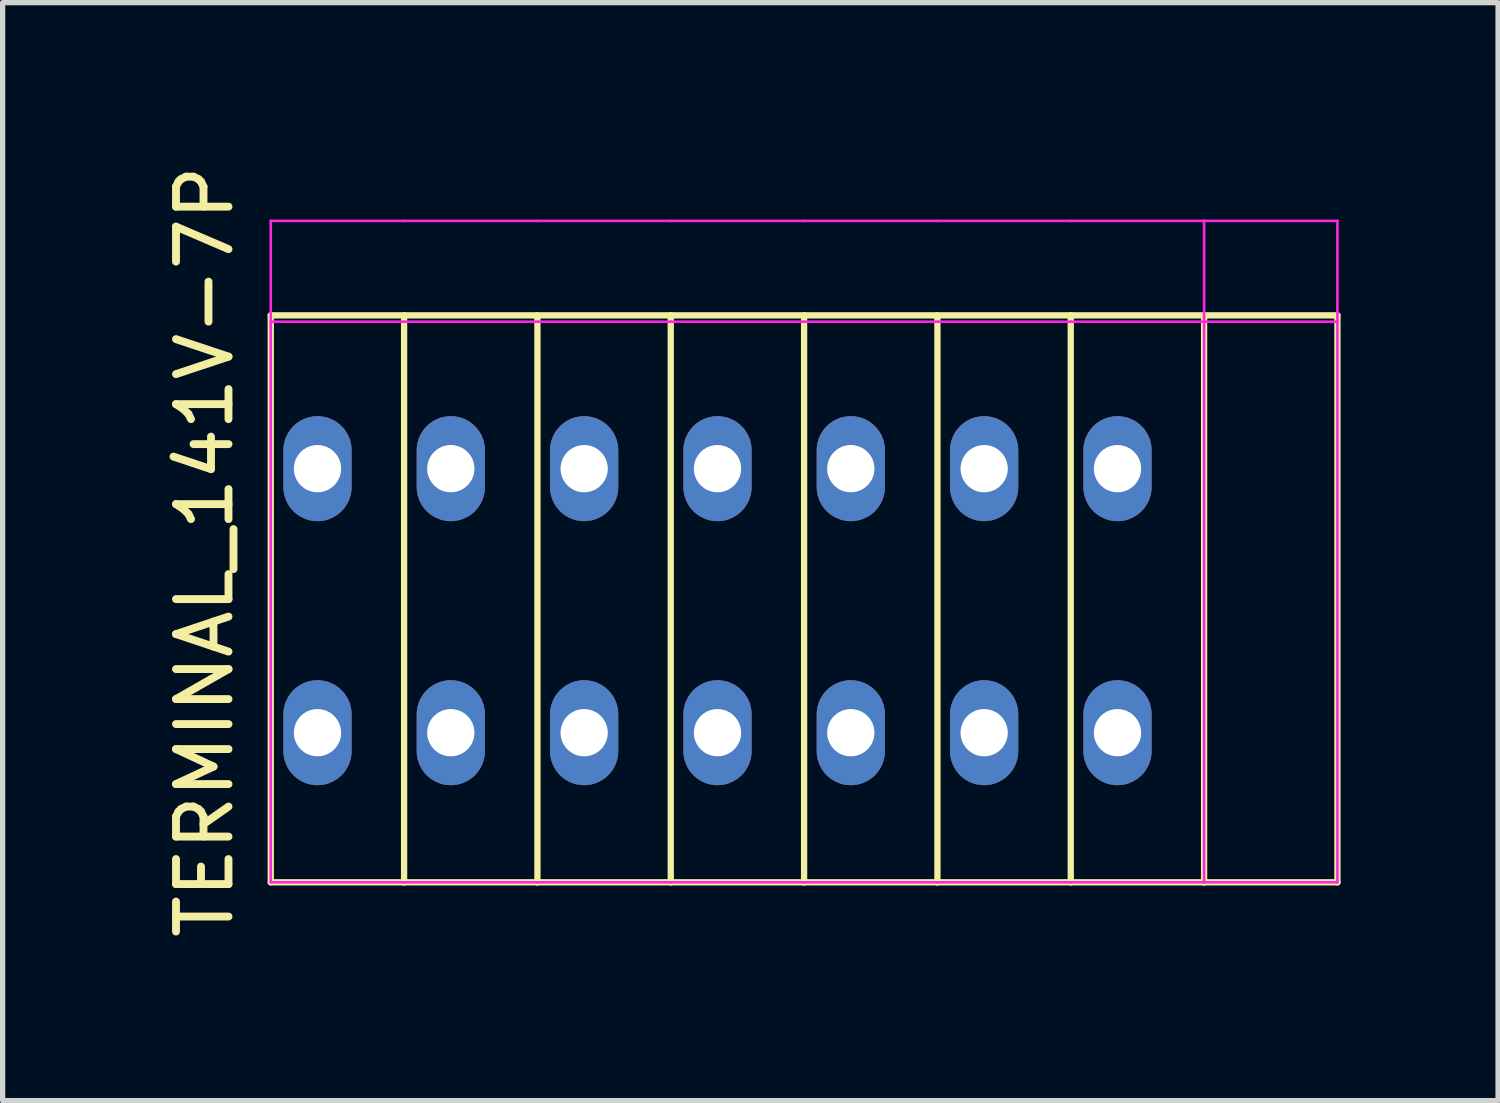
<source format=kicad_pcb>
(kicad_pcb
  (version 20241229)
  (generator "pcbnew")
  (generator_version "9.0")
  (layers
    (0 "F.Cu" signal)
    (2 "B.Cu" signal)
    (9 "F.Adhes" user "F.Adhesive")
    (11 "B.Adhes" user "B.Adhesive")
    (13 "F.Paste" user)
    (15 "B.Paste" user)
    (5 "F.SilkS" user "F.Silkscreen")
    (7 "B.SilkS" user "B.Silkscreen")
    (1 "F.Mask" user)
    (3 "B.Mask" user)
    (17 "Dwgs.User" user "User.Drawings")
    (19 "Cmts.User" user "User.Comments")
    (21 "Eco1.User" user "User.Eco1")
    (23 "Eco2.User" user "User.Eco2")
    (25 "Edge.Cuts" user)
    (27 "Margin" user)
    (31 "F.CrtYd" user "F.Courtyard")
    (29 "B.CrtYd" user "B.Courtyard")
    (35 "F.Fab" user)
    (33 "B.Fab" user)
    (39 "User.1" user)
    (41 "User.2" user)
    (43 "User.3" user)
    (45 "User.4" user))
  (footprint "TERMINAL_141V-7P"
    (layer "F.Cu")
    (at 2.998 10.958)
    (property "Reference" "TERMINAL_141V-7P" (at -2.15 -3.5 90) (layer "F.SilkS") (effects (font (size 1 1) (thickness 0.15))))
    (attr through_hole)
    (fp_line (start -0.89 -8) (end 1.65 -8) (stroke (width 0.12) (type solid)) (layer "F.SilkS"))
    (fp_line (start -0.89 2.8) (end -0.89 -8) (stroke (width 0.12) (type solid)) (layer "F.SilkS"))
    (fp_line (start -0.89 2.8) (end 1.65 2.8) (stroke (width 0.12) (type solid)) (layer "F.SilkS"))
    (fp_line (start 1.65 -8) (end 4.19 -8) (stroke (width 0.12) (type solid)) (layer "F.SilkS"))
    (fp_line (start 1.65 2.8) (end 1.65 -8) (stroke (width 0.12) (type solid)) (layer "F.SilkS"))
    (fp_line (start 1.65 2.8) (end 4.19 2.8) (stroke (width 0.12) (type solid)) (layer "F.SilkS"))
    (fp_line (start 4.19 -8) (end 6.73 -8) (stroke (width 0.12) (type solid)) (layer "F.SilkS"))
    (fp_line (start 4.19 2.8) (end 4.19 -8) (stroke (width 0.12) (type solid)) (layer "F.SilkS"))
    (fp_line (start 4.19 2.8) (end 6.73 2.8) (stroke (width 0.12) (type solid)) (layer "F.SilkS"))
    (fp_line (start 6.73 -8) (end 9.27 -8) (stroke (width 0.12) (type solid)) (layer "F.SilkS"))
    (fp_line (start 6.73 2.8) (end 6.73 -8) (stroke (width 0.12) (type solid)) (layer "F.SilkS"))
    (fp_line (start 6.73 2.8) (end 9.27 2.8) (stroke (width 0.12) (type solid)) (layer "F.SilkS"))
    (fp_line (start 9.27 -8) (end 11.81 -8) (stroke (width 0.12) (type solid)) (layer "F.SilkS"))
    (fp_line (start 9.27 2.8) (end 9.27 -8) (stroke (width 0.12) (type solid)) (layer "F.SilkS"))
    (fp_line (start 9.27 2.8) (end 11.81 2.8) (stroke (width 0.12) (type solid)) (layer "F.SilkS"))
    (fp_line (start 11.81 -8) (end 14.35 -8) (stroke (width 0.12) (type solid)) (layer "F.SilkS"))
    (fp_line (start 11.81 2.8) (end 11.81 -8) (stroke (width 0.12) (type solid)) (layer "F.SilkS"))
    (fp_line (start 11.81 2.8) (end 14.35 2.8) (stroke (width 0.12) (type solid)) (layer "F.SilkS"))
    (fp_line (start 14.35 -8) (end 16.89 -8) (stroke (width 0.12) (type solid)) (layer "F.SilkS"))
    (fp_line (start 14.35 2.8) (end 14.35 -8) (stroke (width 0.12) (type solid)) (layer "F.SilkS"))
    (fp_line (start 14.35 2.8) (end 16.89 2.8) (stroke (width 0.12) (type solid)) (layer "F.SilkS"))
    (fp_line (start 16.89 -8) (end 19.43 -8) (stroke (width 0.12) (type solid)) (layer "F.SilkS"))
    (fp_line (start 16.89 2.8) (end 16.89 -8) (stroke (width 0.12) (type solid)) (layer "F.SilkS"))
    (fp_line (start 16.89 2.8) (end 19.43 2.8) (stroke (width 0.12) (type solid)) (layer "F.SilkS"))
    (fp_line (start 19.43 2.8) (end 19.43 -8) (stroke (width 0.12) (type solid)) (layer "F.SilkS"))
    (fp_line (start -0.89 -9.8) (end 1.65 -9.8) (stroke (width 0.05) (type solid)) (layer "F.CrtYd"))
    (fp_line (start -0.89 -7.88) (end 1.65 -7.88) (stroke (width 0.05) (type solid)) (layer "F.CrtYd"))
    (fp_line (start -0.89 2.8) (end -0.89 -9.8) (stroke (width 0.05) (type solid)) (layer "F.CrtYd"))
    (fp_line (start -0.89 2.8) (end 1.65 2.8) (stroke (width 0.05) (type solid)) (layer "F.CrtYd"))
    (fp_line (start 1.65 -9.8) (end 4.19 -9.8) (stroke (width 0.05) (type solid)) (layer "F.CrtYd"))
    (fp_line (start 1.65 -7.88) (end 4.19 -7.88) (stroke (width 0.05) (type solid)) (layer "F.CrtYd"))
    (fp_line (start 1.65 2.8) (end 4.19 2.8) (stroke (width 0.05) (type solid)) (layer "F.CrtYd"))
    (fp_line (start 4.19 -9.8) (end 6.73 -9.8) (stroke (width 0.05) (type solid)) (layer "F.CrtYd"))
    (fp_line (start 4.19 -7.88) (end 6.73 -7.88) (stroke (width 0.05) (type solid)) (layer "F.CrtYd"))
    (fp_line (start 4.19 2.8) (end 6.73 2.8) (stroke (width 0.05) (type solid)) (layer "F.CrtYd"))
    (fp_line (start 6.73 -9.8) (end 9.27 -9.8) (stroke (width 0.05) (type solid)) (layer "F.CrtYd"))
    (fp_line (start 6.73 -7.88) (end 9.27 -7.88) (stroke (width 0.05) (type solid)) (layer "F.CrtYd"))
    (fp_line (start 6.73 2.8) (end 9.27 2.8) (stroke (width 0.05) (type solid)) (layer "F.CrtYd"))
    (fp_line (start 9.27 -9.8) (end 11.81 -9.8) (stroke (width 0.05) (type solid)) (layer "F.CrtYd"))
    (fp_line (start 9.27 -7.88) (end 11.81 -7.88) (stroke (width 0.05) (type solid)) (layer "F.CrtYd"))
    (fp_line (start 9.27 2.8) (end 11.81 2.8) (stroke (width 0.05) (type solid)) (layer "F.CrtYd"))
    (fp_line (start 11.81 -9.8) (end 14.35 -9.8) (stroke (width 0.05) (type solid)) (layer "F.CrtYd"))
    (fp_line (start 11.81 -7.88) (end 14.35 -7.88) (stroke (width 0.05) (type solid)) (layer "F.CrtYd"))
    (fp_line (start 11.81 2.8) (end 14.35 2.8) (stroke (width 0.05) (type solid)) (layer "F.CrtYd"))
    (fp_line (start 14.35 -9.8) (end 16.89 -9.8) (stroke (width 0.05) (type solid)) (layer "F.CrtYd"))
    (fp_line (start 14.35 -7.88) (end 16.89 -7.88) (stroke (width 0.05) (type solid)) (layer "F.CrtYd"))
    (fp_line (start 14.35 2.8) (end 16.89 2.8) (stroke (width 0.05) (type solid)) (layer "F.CrtYd"))
    (fp_line (start 16.89 -9.8) (end 19.43 -9.8) (stroke (width 0.05) (type solid)) (layer "F.CrtYd"))
    (fp_line (start 16.89 -7.88) (end 19.43 -7.88) (stroke (width 0.05) (type solid)) (layer "F.CrtYd"))
    (fp_line (start 16.89 2.8) (end 16.89 -9.8) (stroke (width 0.05) (type solid)) (layer "F.CrtYd"))
    (fp_line (start 16.89 2.8) (end 19.43 2.8) (stroke (width 0.05) (type solid)) (layer "F.CrtYd"))
    (fp_line (start 19.43 2.8) (end 19.43 -9.8) (stroke (width 0.05) (type solid)) (layer "F.CrtYd"))
    (pad "1A" thru_hole oval (at 0 -0.05) (size 1.3 2) (drill 0.9) (layers "*.Cu" "*.Mask"))
    (pad "1B" thru_hole oval (at 0 -5.08) (size 1.3 2) (drill 0.9) (layers "*.Cu" "*.Mask"))
    (pad "2A" thru_hole oval (at 2.54 -0.05) (size 1.3 2) (drill 0.9) (layers "*.Cu" "*.Mask"))
    (pad "2B" thru_hole oval (at 2.54 -5.08) (size 1.3 2) (drill 0.9) (layers "*.Cu" "*.Mask"))
    (pad "3A" thru_hole oval (at 5.08 -0.05) (size 1.3 2) (drill 0.9) (layers "*.Cu" "*.Mask"))
    (pad "3B" thru_hole oval (at 5.08 -5.08) (size 1.3 2) (drill 0.9) (layers "*.Cu" "*.Mask"))
    (pad "4A" thru_hole oval (at 7.62 -0.05) (size 1.3 2) (drill 0.9) (layers "*.Cu" "*.Mask"))
    (pad "4B" thru_hole oval (at 7.62 -5.08) (size 1.3 2) (drill 0.9) (layers "*.Cu" "*.Mask"))
    (pad "5A" thru_hole oval (at 10.16 -0.05) (size 1.3 2) (drill 0.9) (layers "*.Cu" "*.Mask"))
    (pad "5B" thru_hole oval (at 10.16 -5.08) (size 1.3 2) (drill 0.9) (layers "*.Cu" "*.Mask"))
    (pad "6A" thru_hole oval (at 12.7 -0.05) (size 1.3 2) (drill 0.9) (layers "*.Cu" "*.Mask"))
    (pad "6B" thru_hole oval (at 12.7 -5.08) (size 1.3 2) (drill 0.9) (layers "*.Cu" "*.Mask"))
    (pad "7A" thru_hole oval (at 15.24 -0.05) (size 1.3 2) (drill 0.9) (layers "*.Cu" "*.Mask"))
    (pad "7B" thru_hole oval (at 15.24 -5.08) (size 1.3 2) (drill 0.9) (layers "*.Cu" "*.Mask")))
  (gr_rect
    (start -3 -3)
    (end 25.488 17.917)
    (stroke (width 0.1) (type default))
    (fill no)
    (layer "Edge.Cuts")))
</source>
